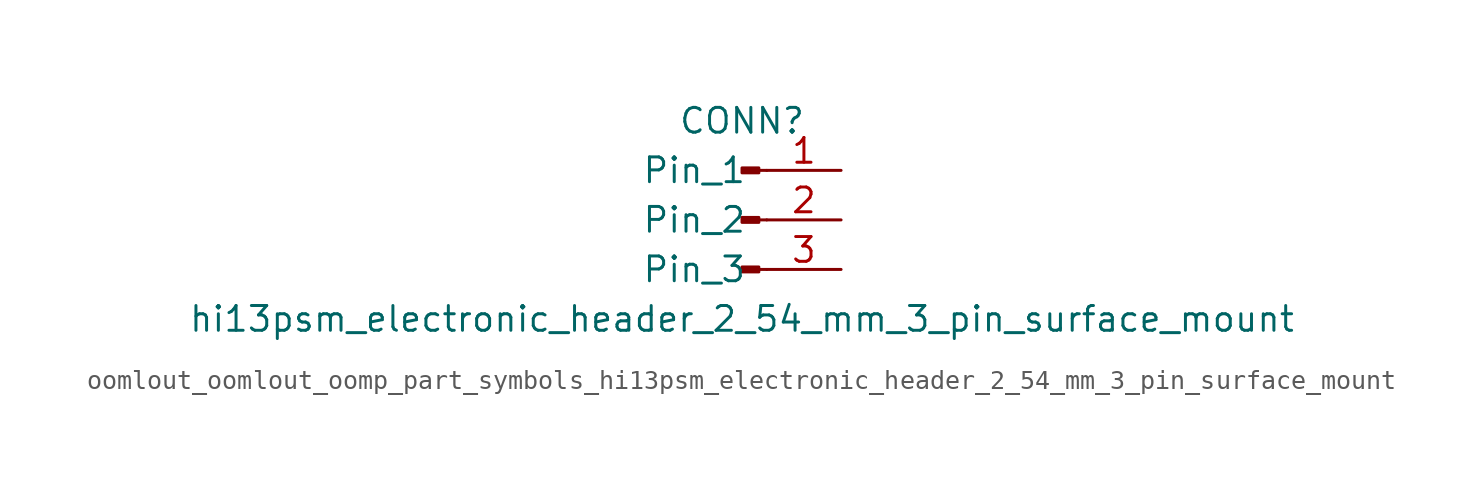
<source format=kicad_sym>
(kicad_symbol_lib
  (version 20220914)
  (generator kicad_symbol_editor)
  (symbol "oomlout_oomlout_oomp_part_symbols_hi13psm_electronic_header_2_54_mm_3_pin_surface_mount"
    (pin_names
      (offset 1.016))
    (property "Reference" "CONN"
      (at 0 5.08 0)
      (effects (font (size 1.27 1.27))))
    (property "Value" "hi13psm_electronic_header_2_54_mm_3_pin_surface_mount"
      (at 0 -5.08 0)
      (effects (font (size 1.27 1.27))))
    (property "ki_locked" ""
      (at 0 0 0)
      (effects (font (size 1.27 1.27))))
    (symbol "oomlout_oomlout_oomp_part_symbols_hi13psm_electronic_header_2_54_mm_3_pin_surface_mount_1_1"
      (polyline (pts (xy 1.27 -2.54) (xy 0.864 -2.54)) (stroke (width 0.152) (type default)) (fill (type none)))
      (polyline (pts (xy 1.27 0) (xy 0.864 0)) (stroke (width 0.152) (type default)) (fill (type none)))
      (polyline (pts (xy 1.27 2.54) (xy 0.864 2.54)) (stroke (width 0.152) (type default)) (fill (type none)))
      (rectangle (start 0.864 -2.413) (end 0 -2.667) (stroke (width 0.152) (type default)) (fill (type outline)))
      (rectangle (start 0.864 0.127) (end 0 -0.127) (stroke (width 0.152) (type default)) (fill (type outline)))
      (rectangle (start 0.864 2.667) (end 0 2.413) (stroke (width 0.152) (type default)) (fill (type outline)))
      (pin passive line (at 5.08 2.54 180) (length 3.81) (name "Pin_1" (effects (font (size 1.27 1.27)))) (number "1" (effects (font (size 1.27 1.27)))))
      (pin passive line (at 5.08 0 180) (length 3.81) (name "Pin_2" (effects (font (size 1.27 1.27)))) (number "2" (effects (font (size 1.27 1.27)))))
      (pin passive line (at 5.08 -2.54 180) (length 3.81) (name "Pin_3" (effects (font (size 1.27 1.27)))) (number "3" (effects (font (size 1.27 1.27))))))))
</source>
